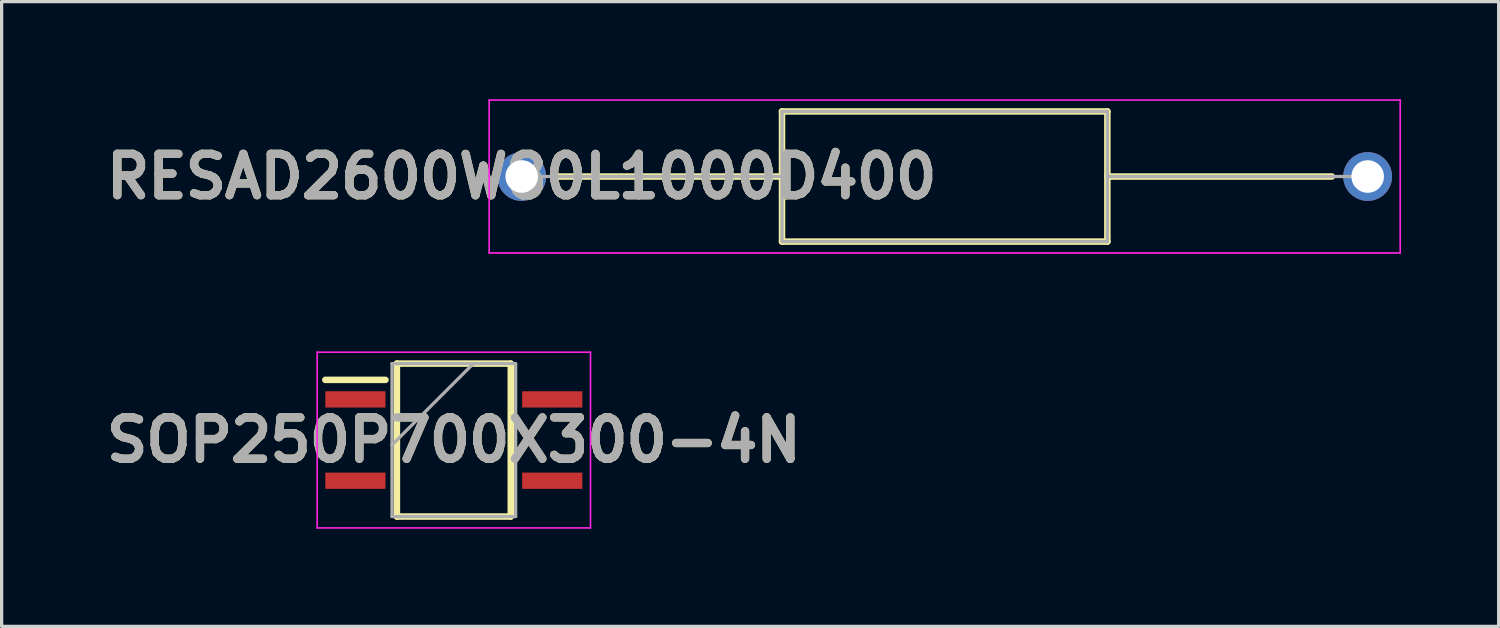
<source format=kicad_pcb>
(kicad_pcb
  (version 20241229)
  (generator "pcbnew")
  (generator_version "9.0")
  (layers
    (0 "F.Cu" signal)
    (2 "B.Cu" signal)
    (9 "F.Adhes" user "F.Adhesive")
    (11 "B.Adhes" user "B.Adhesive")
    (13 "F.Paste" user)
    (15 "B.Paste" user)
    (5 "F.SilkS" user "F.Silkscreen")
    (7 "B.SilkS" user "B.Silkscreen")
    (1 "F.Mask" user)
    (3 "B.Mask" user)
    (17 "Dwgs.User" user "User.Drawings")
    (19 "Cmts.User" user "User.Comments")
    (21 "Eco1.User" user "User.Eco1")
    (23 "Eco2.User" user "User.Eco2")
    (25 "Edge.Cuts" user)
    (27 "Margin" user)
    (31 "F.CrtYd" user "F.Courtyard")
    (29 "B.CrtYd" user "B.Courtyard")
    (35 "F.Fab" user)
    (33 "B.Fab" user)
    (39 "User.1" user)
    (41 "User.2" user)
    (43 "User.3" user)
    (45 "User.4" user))
  (footprint "RESAD2600W80L1000D400"
    (layer "F.Cu")
    (at 12.984 2.375)
    (property "Reference" "RESAD2600W80L1000D400" (at 0 0 0) (layer "F.SilkS") (effects (font (size 1.27 1.27) (thickness 0.254))))
    (attr through_hole)
    (fp_line (start 1.1 0) (end 8 0) (stroke (width 0.2) (type solid)) (layer "F.SilkS"))
    (fp_line (start 8 -2) (end 18 -2) (stroke (width 0.2) (type solid)) (layer "F.SilkS"))
    (fp_line (start 8 2) (end 8 -2) (stroke (width 0.2) (type solid)) (layer "F.SilkS"))
    (fp_line (start 18 -2) (end 18 2) (stroke (width 0.2) (type solid)) (layer "F.SilkS"))
    (fp_line (start 18 0) (end 24.9 0) (stroke (width 0.2) (type solid)) (layer "F.SilkS"))
    (fp_line (start 18 2) (end 8 2) (stroke (width 0.2) (type solid)) (layer "F.SilkS"))
    (fp_line (start -1 -2.35) (end 27 -2.35) (stroke (width 0.05) (type solid)) (layer "F.CrtYd"))
    (fp_line (start -1 2.35) (end -1 -2.35) (stroke (width 0.05) (type solid)) (layer "F.CrtYd"))
    (fp_line (start 27 -2.35) (end 27 2.35) (stroke (width 0.05) (type solid)) (layer "F.CrtYd"))
    (fp_line (start 27 2.35) (end -1 2.35) (stroke (width 0.05) (type solid)) (layer "F.CrtYd"))
    (fp_line (start 0 0) (end 8 0) (stroke (width 0.1) (type solid)) (layer "F.Fab"))
    (fp_line (start 8 -2) (end 18 -2) (stroke (width 0.1) (type solid)) (layer "F.Fab"))
    (fp_line (start 8 2) (end 8 -2) (stroke (width 0.1) (type solid)) (layer "F.Fab"))
    (fp_line (start 18 -2) (end 18 2) (stroke (width 0.1) (type solid)) (layer "F.Fab"))
    (fp_line (start 18 0) (end 26 0) (stroke (width 0.1) (type solid)) (layer "F.Fab"))
    (fp_line (start 18 2) (end 8 2) (stroke (width 0.1) (type solid)) (layer "F.Fab"))
    (fp_text user "${REFERENCE}" (at 0 0 0) (layer "F.Fab") (effects (font (size 1.27 1.27) (thickness 0.254))))
    (pad "1" thru_hole circle (at 0 0) (size 1.5 1.5) (drill 1) (layers "*.Cu" "*.Mask"))
    (pad "2" thru_hole circle (at 26 0) (size 1.5 1.5) (drill 1) (layers "*.Cu" "*.Mask")))
  (footprint "SOP250P700X300-4N"
    (layer "F.Cu")
    (at 10.898 10.475)
    (property "Reference" "SOP250P700X300-4N" (at 0 0 0) (layer "F.SilkS") (effects (font (size 1.27 1.27) (thickness 0.254))))
    (attr smd)
    (fp_line (start -3.95 -1.85) (end -2.1 -1.85) (stroke (width 0.2) (type solid)) (layer "F.SilkS"))
    (fp_line (start -1.75 -2.35) (end 1.75 -2.35) (stroke (width 0.2) (type solid)) (layer "F.SilkS"))
    (fp_line (start -1.75 2.35) (end -1.75 -2.35) (stroke (width 0.2) (type solid)) (layer "F.SilkS"))
    (fp_line (start 1.75 -2.35) (end 1.75 2.35) (stroke (width 0.2) (type solid)) (layer "F.SilkS"))
    (fp_line (start 1.75 2.35) (end -1.75 2.35) (stroke (width 0.2) (type solid)) (layer "F.SilkS"))
    (fp_line (start -4.2 -2.7) (end 4.2 -2.7) (stroke (width 0.05) (type solid)) (layer "F.CrtYd"))
    (fp_line (start -4.2 2.7) (end -4.2 -2.7) (stroke (width 0.05) (type solid)) (layer "F.CrtYd"))
    (fp_line (start 4.2 -2.7) (end 4.2 2.7) (stroke (width 0.05) (type solid)) (layer "F.CrtYd"))
    (fp_line (start 4.2 2.7) (end -4.2 2.7) (stroke (width 0.05) (type solid)) (layer "F.CrtYd"))
    (fp_line (start -1.9 -2.35) (end 1.9 -2.35) (stroke (width 0.1) (type solid)) (layer "F.Fab"))
    (fp_line (start -1.9 0.15) (end 0.6 -2.35) (stroke (width 0.1) (type solid)) (layer "F.Fab"))
    (fp_line (start -1.9 2.35) (end -1.9 -2.35) (stroke (width 0.1) (type solid)) (layer "F.Fab"))
    (fp_line (start 1.9 -2.35) (end 1.9 2.35) (stroke (width 0.1) (type solid)) (layer "F.Fab"))
    (fp_line (start 1.9 2.35) (end -1.9 2.35) (stroke (width 0.1) (type solid)) (layer "F.Fab"))
    (fp_text user "${REFERENCE}" (at 0 0 0) (layer "F.Fab") (effects (font (size 1.27 1.27) (thickness 0.254))))
    (pad "1" smd rect (at -3.025 -1.25 90) (size 0.5 1.85) (layers "F.Cu" "F.Mask" "F.Paste"))
    (pad "2" smd rect (at -3.025 1.25 90) (size 0.5 1.85) (layers "F.Cu" "F.Mask" "F.Paste"))
    (pad "3" smd rect (at 3.025 1.25 90) (size 0.5 1.85) (layers "F.Cu" "F.Mask" "F.Paste"))
    (pad "4" smd rect (at 3.025 -1.25 90) (size 0.5 1.85) (layers "F.Cu" "F.Mask" "F.Paste")))
  (gr_rect
    (start -3 -3)
    (end 43.009 16.2)
    (stroke (width 0.1) (type default))
    (fill no)
    (layer "Edge.Cuts")))
</source>
